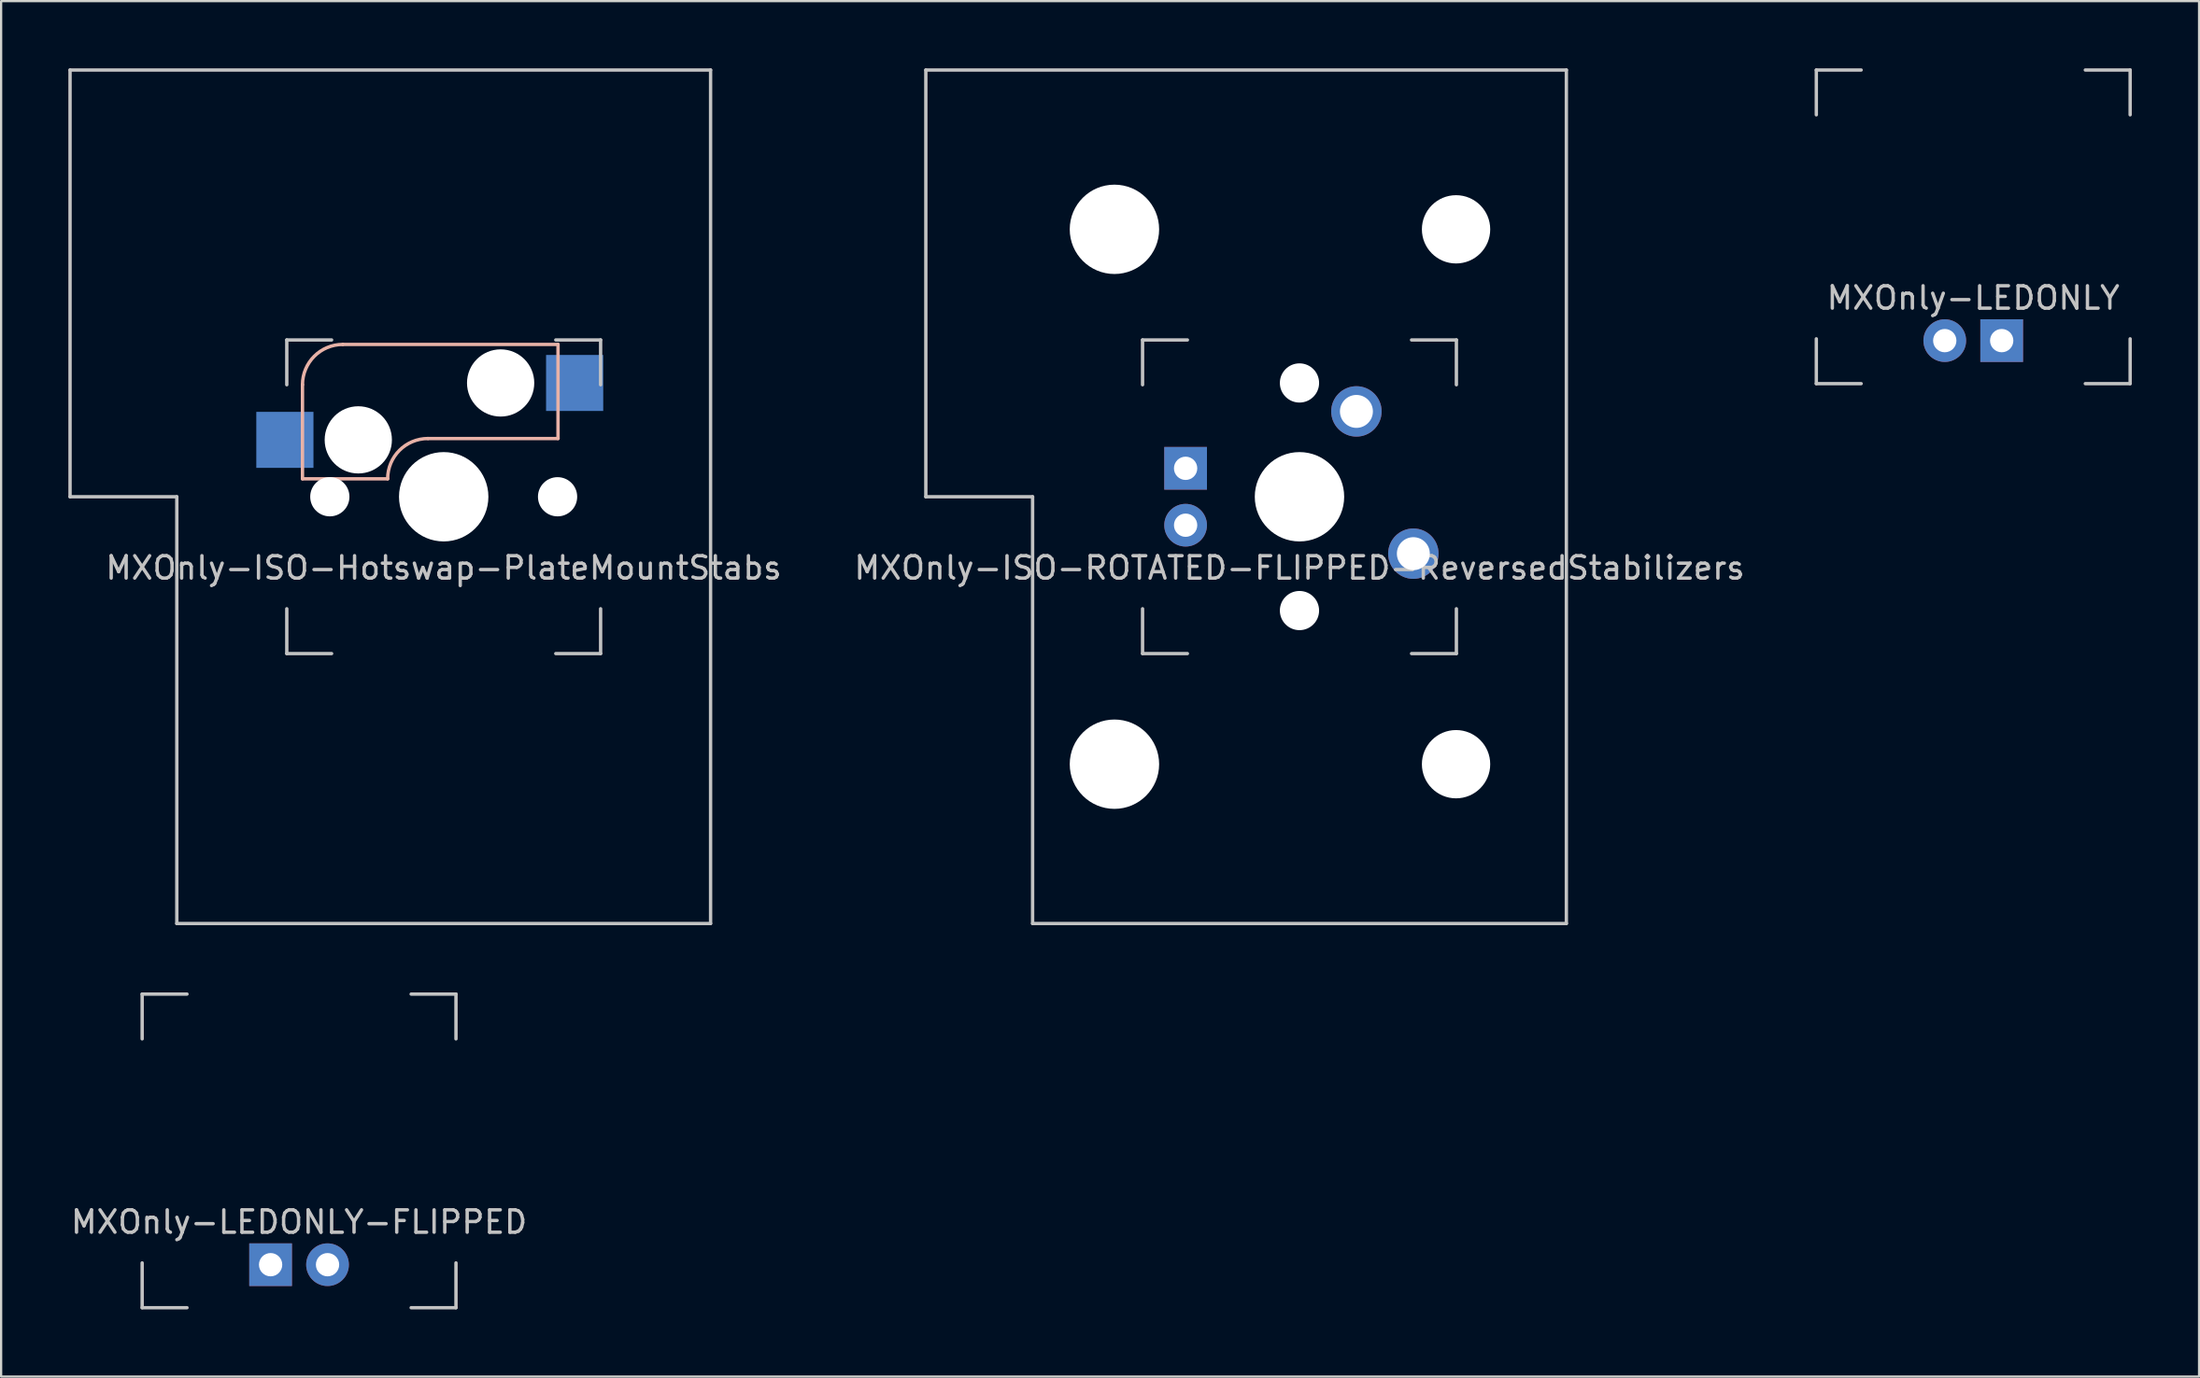
<source format=kicad_pcb>
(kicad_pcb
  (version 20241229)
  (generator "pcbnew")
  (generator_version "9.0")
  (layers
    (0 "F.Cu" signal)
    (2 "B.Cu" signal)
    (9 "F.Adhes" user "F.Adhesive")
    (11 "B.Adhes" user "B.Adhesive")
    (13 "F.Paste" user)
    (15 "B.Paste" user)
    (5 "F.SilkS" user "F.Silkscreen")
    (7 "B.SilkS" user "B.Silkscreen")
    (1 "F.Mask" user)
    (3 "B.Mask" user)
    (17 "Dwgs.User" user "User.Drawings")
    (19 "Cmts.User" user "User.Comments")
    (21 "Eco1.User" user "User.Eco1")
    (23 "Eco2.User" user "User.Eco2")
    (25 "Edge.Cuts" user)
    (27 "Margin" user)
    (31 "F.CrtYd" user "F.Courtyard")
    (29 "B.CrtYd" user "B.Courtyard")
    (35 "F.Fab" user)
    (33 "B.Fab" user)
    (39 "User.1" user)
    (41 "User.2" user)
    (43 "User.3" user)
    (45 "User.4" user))
  (footprint "MXOnly-ISO-ROTATED-FLIPPED-ReversedStabilizers"
    (layer "F.Cu")
    (at 54.922 19.125)
    (property "Reference" "MXOnly-ISO-ROTATED-FLIPPED-ReversedStabilizers" (at 0 3.175 0) (layer "Dwgs.User") (effects (font (size 1 1) (thickness 0.15))))
    (attr through_hole)
    (fp_line (start -16.669 -19.05) (end -16.669 0) (stroke (width 0.15) (type solid)) (layer "Dwgs.User"))
    (fp_line (start -16.669 -19.05) (end 11.906 -19.05) (stroke (width 0.15) (type solid)) (layer "Dwgs.User"))
    (fp_line (start -11.906 0) (end -16.669 0) (stroke (width 0.15) (type solid)) (layer "Dwgs.User"))
    (fp_line (start -11.906 19.05) (end -11.906 0) (stroke (width 0.15) (type solid)) (layer "Dwgs.User"))
    (fp_line (start -11.906 19.05) (end 11.906 19.05) (stroke (width 0.15) (type solid)) (layer "Dwgs.User"))
    (fp_line (start -7 -7) (end -7 -5) (stroke (width 0.15) (type solid)) (layer "Dwgs.User"))
    (fp_line (start -7 5) (end -7 7) (stroke (width 0.15) (type solid)) (layer "Dwgs.User"))
    (fp_line (start -7 7) (end -5 7) (stroke (width 0.15) (type solid)) (layer "Dwgs.User"))
    (fp_line (start -5 -7) (end -7 -7) (stroke (width 0.15) (type solid)) (layer "Dwgs.User"))
    (fp_line (start 5 -7) (end 7 -7) (stroke (width 0.15) (type solid)) (layer "Dwgs.User"))
    (fp_line (start 5 7) (end 7 7) (stroke (width 0.15) (type solid)) (layer "Dwgs.User"))
    (fp_line (start 7 -7) (end 7 -5) (stroke (width 0.15) (type solid)) (layer "Dwgs.User"))
    (fp_line (start 7 7) (end 7 5) (stroke (width 0.15) (type solid)) (layer "Dwgs.User"))
    (fp_line (start 11.906 -19.05) (end 11.906 19.05) (stroke (width 0.15) (type solid)) (layer "Dwgs.User"))
    (pad "" np_thru_hole circle (at -8.255 -11.938) (size 3.988 3.988) (drill 3.988) (layers "*.Cu" "*.Mask"))
    (pad "" np_thru_hole circle (at -8.255 11.938) (size 3.988 3.988) (drill 3.988) (layers "*.Cu" "*.Mask"))
    (pad "" np_thru_hole circle (at 0 -5.08 48.1) (size 1.75 1.75) (drill 1.75) (layers "*.Cu" "*.Mask"))
    (pad "" np_thru_hole circle (at 0 0) (size 3.988 3.988) (drill 3.988) (layers "*.Cu" "*.Mask"))
    (pad "" np_thru_hole circle (at 0 5.08 48.1) (size 1.75 1.75) (drill 1.75) (layers "*.Cu" "*.Mask"))
    (pad "" np_thru_hole circle (at 6.985 -11.938) (size 3.048 3.048) (drill 3.048) (layers "*.Cu" "*.Mask"))
    (pad "" np_thru_hole circle (at 6.985 11.938) (size 3.048 3.048) (drill 3.048) (layers "*.Cu" "*.Mask"))
    (pad "1" thru_hole circle (at 2.54 -3.81) (size 2.25 2.25) (drill 1.47) (layers "*.Cu" "B.Mask"))
    (pad "2" thru_hole circle (at 5.08 2.54) (size 2.25 2.25) (drill 1.47) (layers "*.Cu" "B.Mask"))
    (pad "3" thru_hole circle (at -5.08 1.27) (size 1.905 1.905) (drill 1.04) (layers "*.Cu" "B.Mask"))
    (pad "4" thru_hole rect (at -5.08 -1.27) (size 1.905 1.905) (drill 1.04) (layers "*.Cu" "B.Mask")))
  (footprint "MXOnly-ISO-Hotswap-PlateMountStabs"
    (layer "F.Cu")
    (at 16.744 19.125)
    (property "Reference" "MXOnly-ISO-Hotswap-PlateMountStabs" (at 0 3.175 0) (layer "Dwgs.User") (effects (font (size 1 1) (thickness 0.15))))
    (attr through_hole)
    (fp_line (start -6.3 -5) (end -6.3 -0.8) (stroke (width 0.15) (type solid)) (layer "B.SilkS"))
    (fp_line (start -6.3 -0.8) (end -2.5 -0.8) (stroke (width 0.15) (type solid)) (layer "B.SilkS"))
    (fp_line (start -0.7 -2.6) (end 5.1 -2.6) (stroke (width 0.15) (type solid)) (layer "B.SilkS"))
    (fp_line (start 5.1 -6.8) (end -4.5 -6.8) (stroke (width 0.15) (type solid)) (layer "B.SilkS"))
    (fp_line (start 5.1 -2.6) (end 5.1 -6.8) (stroke (width 0.15) (type solid)) (layer "B.SilkS"))
    (fp_arc (start -6.3 -5) (mid -5.772792 -6.272792) (end -4.5 -6.8) (stroke (width 0.15) (type solid)) (layer "B.SilkS"))
    (fp_arc (start -2.5 -0.8) (mid -1.972792 -2.072792) (end -0.7 -2.6) (stroke (width 0.15) (type solid)) (layer "B.SilkS"))
    (fp_line (start -16.669 -19.05) (end -16.669 0) (stroke (width 0.15) (type solid)) (layer "Dwgs.User"))
    (fp_line (start -16.669 -19.05) (end 11.906 -19.05) (stroke (width 0.15) (type solid)) (layer "Dwgs.User"))
    (fp_line (start -11.906 0) (end -16.669 0) (stroke (width 0.15) (type solid)) (layer "Dwgs.User"))
    (fp_line (start -11.906 19.05) (end -11.906 0) (stroke (width 0.15) (type solid)) (layer "Dwgs.User"))
    (fp_line (start -11.906 19.05) (end 11.906 19.05) (stroke (width 0.15) (type solid)) (layer "Dwgs.User"))
    (fp_line (start -7 -7) (end -7 -5) (stroke (width 0.15) (type solid)) (layer "Dwgs.User"))
    (fp_line (start -7 5) (end -7 7) (stroke (width 0.15) (type solid)) (layer "Dwgs.User"))
    (fp_line (start -7 7) (end -5 7) (stroke (width 0.15) (type solid)) (layer "Dwgs.User"))
    (fp_line (start -5 -7) (end -7 -7) (stroke (width 0.15) (type solid)) (layer "Dwgs.User"))
    (fp_line (start 5 -7) (end 7 -7) (stroke (width 0.15) (type solid)) (layer "Dwgs.User"))
    (fp_line (start 5 7) (end 7 7) (stroke (width 0.15) (type solid)) (layer "Dwgs.User"))
    (fp_line (start 7 -7) (end 7 -5) (stroke (width 0.15) (type solid)) (layer "Dwgs.User"))
    (fp_line (start 7 7) (end 7 5) (stroke (width 0.15) (type solid)) (layer "Dwgs.User"))
    (fp_line (start 11.906 -19.05) (end 11.906 19.05) (stroke (width 0.15) (type solid)) (layer "Dwgs.User"))
    (pad "" np_thru_hole circle (at -5.08 0 48.1) (size 1.75 1.75) (drill 1.75) (layers "*.Cu" "*.Mask"))
    (pad "" np_thru_hole circle (at -3.81 -2.54) (size 3 3) (drill 3) (layers "*.Cu" "*.Mask"))
    (pad "" np_thru_hole circle (at 0 0) (size 3.988 3.988) (drill 3.988) (layers "*.Cu" "*.Mask"))
    (pad "" np_thru_hole circle (at 2.54 -5.08) (size 3 3) (drill 3) (layers "*.Cu" "*.Mask"))
    (pad "" np_thru_hole circle (at 5.08 0 48.1) (size 1.75 1.75) (drill 1.75) (layers "*.Cu" "*.Mask"))
    (pad "1" smd rect (at -7.085 -2.54) (size 2.55 2.5) (layers "B.Cu" "B.Mask" "B.Paste"))
    (pad "2" smd rect (at 5.842 -5.08) (size 2.55 2.5) (layers "B.Cu" "B.Mask" "B.Paste")))
  (footprint "MXOnly-LEDONLY"
    (layer "F.Cu")
    (at 84.979 7.075)
    (property "Reference" "MXOnly-LEDONLY" (at 0 3.175 0) (layer "Dwgs.User") (effects (font (size 1 1) (thickness 0.15))))
    (attr through_hole)
    (fp_line (start -7 -7) (end -7 -5) (stroke (width 0.15) (type solid)) (layer "Dwgs.User"))
    (fp_line (start -7 5) (end -7 7) (stroke (width 0.15) (type solid)) (layer "Dwgs.User"))
    (fp_line (start -7 7) (end -5 7) (stroke (width 0.15) (type solid)) (layer "Dwgs.User"))
    (fp_line (start -5 -7) (end -7 -7) (stroke (width 0.15) (type solid)) (layer "Dwgs.User"))
    (fp_line (start 5 -7) (end 7 -7) (stroke (width 0.15) (type solid)) (layer "Dwgs.User"))
    (fp_line (start 5 7) (end 7 7) (stroke (width 0.15) (type solid)) (layer "Dwgs.User"))
    (fp_line (start 7 -7) (end 7 -5) (stroke (width 0.15) (type solid)) (layer "Dwgs.User"))
    (fp_line (start 7 7) (end 7 5) (stroke (width 0.15) (type solid)) (layer "Dwgs.User"))
    (pad "1" thru_hole circle (at -1.27 5.08) (size 1.905 1.905) (drill 1.04) (layers "*.Cu" "B.Mask"))
    (pad "2" thru_hole rect (at 1.27 5.08) (size 1.905 1.905) (drill 1.04) (layers "*.Cu" "B.Mask")))
  (footprint "MXOnly-LEDONLY-FLIPPED"
    (layer "F.Cu")
    (at 10.292 48.325)
    (property "Reference" "MXOnly-LEDONLY-FLIPPED" (at 0 3.175 0) (layer "Dwgs.User") (effects (font (size 1 1) (thickness 0.15))))
    (attr through_hole)
    (fp_line (start -7 -7) (end -7 -5) (stroke (width 0.15) (type solid)) (layer "Dwgs.User"))
    (fp_line (start -7 5) (end -7 7) (stroke (width 0.15) (type solid)) (layer "Dwgs.User"))
    (fp_line (start -7 7) (end -5 7) (stroke (width 0.15) (type solid)) (layer "Dwgs.User"))
    (fp_line (start -5 -7) (end -7 -7) (stroke (width 0.15) (type solid)) (layer "Dwgs.User"))
    (fp_line (start 5 -7) (end 7 -7) (stroke (width 0.15) (type solid)) (layer "Dwgs.User"))
    (fp_line (start 5 7) (end 7 7) (stroke (width 0.15) (type solid)) (layer "Dwgs.User"))
    (fp_line (start 7 -7) (end 7 -5) (stroke (width 0.15) (type solid)) (layer "Dwgs.User"))
    (fp_line (start 7 7) (end 7 5) (stroke (width 0.15) (type solid)) (layer "Dwgs.User"))
    (pad "1" thru_hole circle (at 1.27 5.08) (size 1.905 1.905) (drill 1.04) (layers "*.Cu" "B.Mask"))
    (pad "2" thru_hole rect (at -1.27 5.08) (size 1.905 1.905) (drill 1.04) (layers "*.Cu" "B.Mask")))
  (gr_rect
    (start -3 -3)
    (end 95.054 58.4)
    (stroke (width 0.1) (type default))
    (fill no)
    (layer "Edge.Cuts")))
</source>
